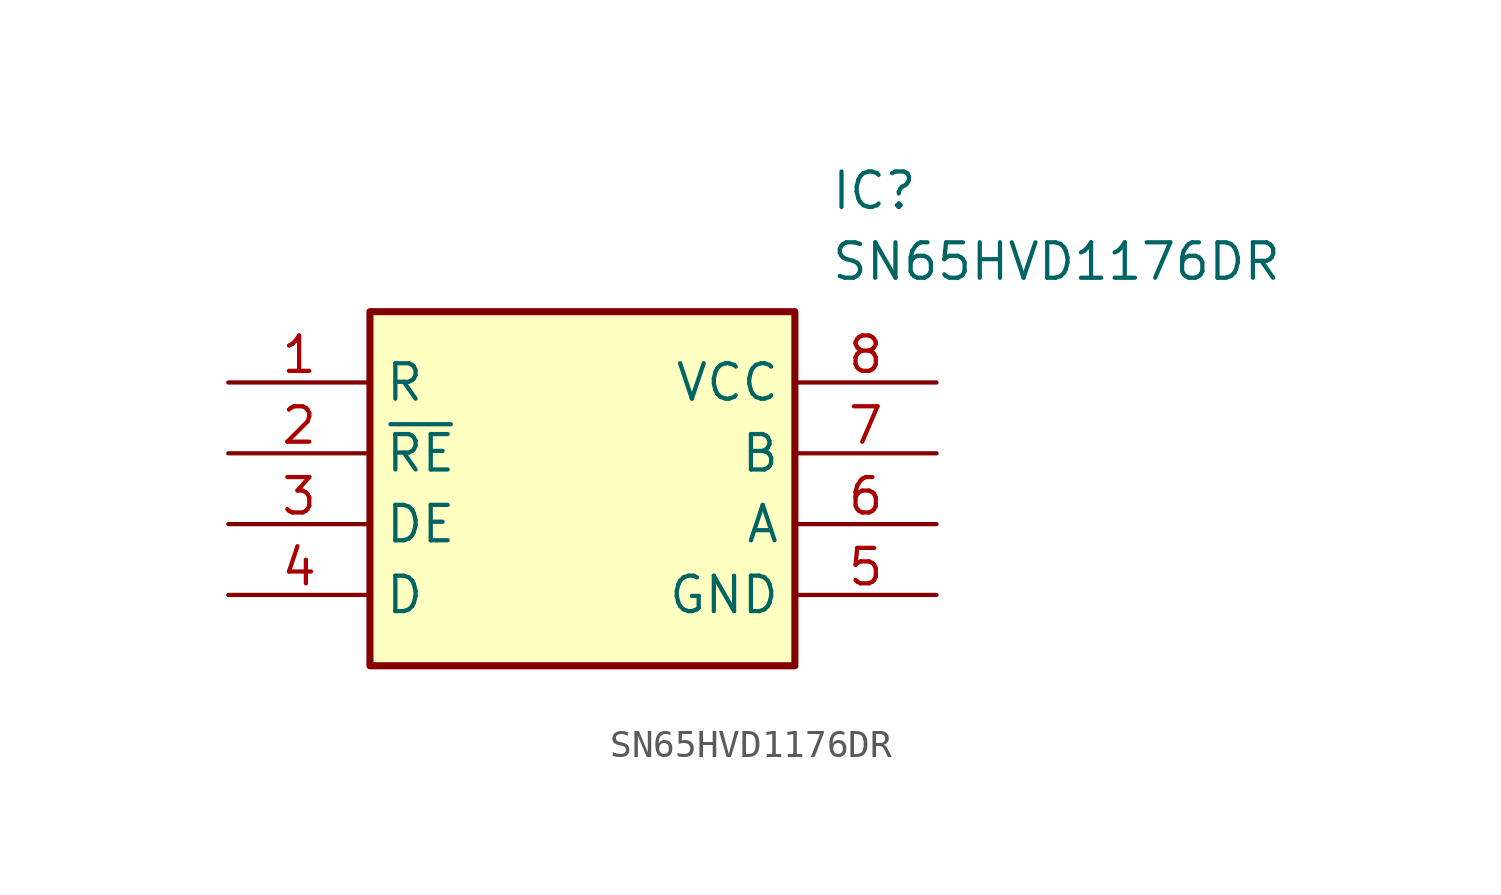
<source format=kicad_sym>
(kicad_symbol_lib
  (version 20211014)
  (generator kicad_symbol_editor)
  (symbol "SN65HVD1176DR"
    (property "Reference" "IC"
      (at 21.59 7.62 0)
      (effects (font (size 1.27 1.27)) (justify left top)))
    (property "Value" "SN65HVD1176DR"
      (at 21.59 5.08 0)
      (effects (font (size 1.27 1.27)) (justify left top)))
    (rectangle
      (start 5.08 2.54)
      (end 20.32 -10.16)
      (stroke (width 0.254) (type default))
      (fill (type background)))
    (pin passive line
      (at 0 0 0)
      (length 5.08)
      (name "R" (effects (font (size 1.27 1.27))))
      (number "1" (effects (font (size 1.27 1.27)))))
    (pin passive line
      (at 0 -2.54 0)
      (length 5.08)
      (name "~{RE}" (effects (font (size 1.27 1.27))))
      (number "2" (effects (font (size 1.27 1.27)))))
    (pin passive line
      (at 0 -5.08 0)
      (length 5.08)
      (name "DE" (effects (font (size 1.27 1.27))))
      (number "3" (effects (font (size 1.27 1.27)))))
    (pin passive line
      (at 0 -7.62 0)
      (length 5.08)
      (name "D" (effects (font (size 1.27 1.27))))
      (number "4" (effects (font (size 1.27 1.27)))))
    (pin passive line
      (at 25.4 0 180)
      (length 5.08)
      (name "VCC" (effects (font (size 1.27 1.27))))
      (number "8" (effects (font (size 1.27 1.27)))))
    (pin passive line
      (at 25.4 -2.54 180)
      (length 5.08)
      (name "B" (effects (font (size 1.27 1.27))))
      (number "7" (effects (font (size 1.27 1.27)))))
    (pin passive line
      (at 25.4 -5.08 180)
      (length 5.08)
      (name "A" (effects (font (size 1.27 1.27))))
      (number "6" (effects (font (size 1.27 1.27)))))
    (pin passive line
      (at 25.4 -7.62 180)
      (length 5.08)
      (name "GND" (effects (font (size 1.27 1.27))))
      (number "5" (effects (font (size 1.27 1.27)))))))
</source>
